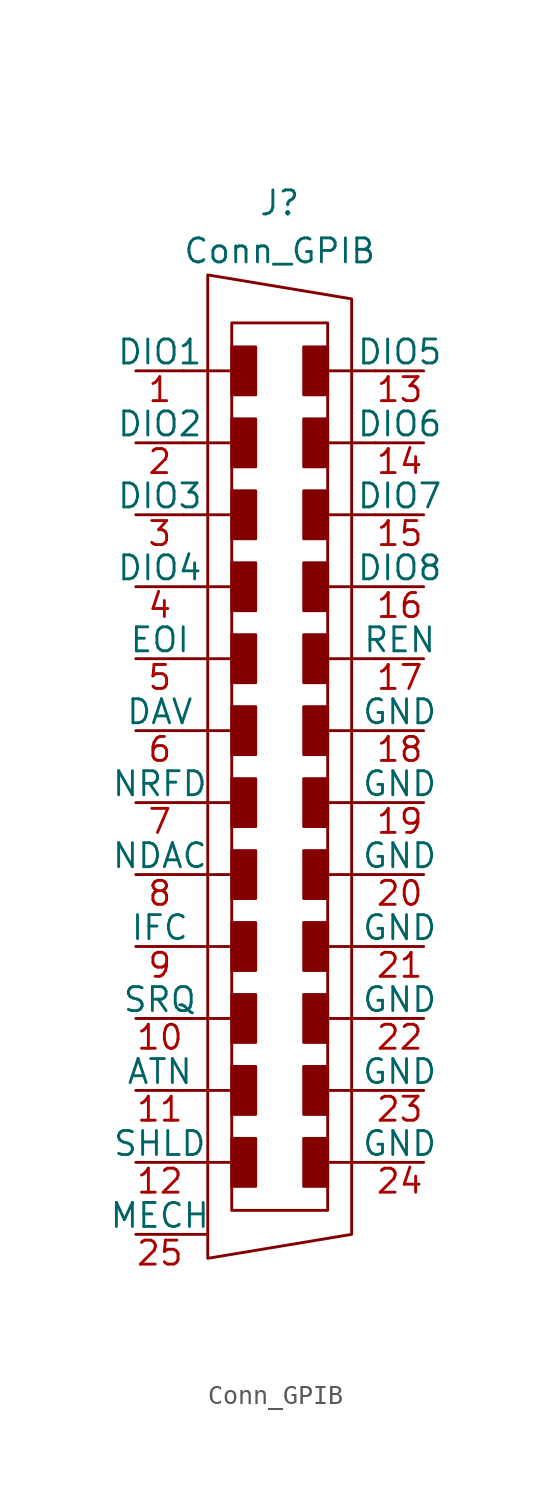
<source format=kicad_sym>
(kicad_symbol_lib
  (version 20211014)
  (generator kicad_symbol_editor)
  (symbol "Conn_GPIB"
    (pin_names
      (offset 0))
    (property "Reference" "J"
      (at 0 29.21 0)
      (effects (font (size 1.27 1.27))))
    (property "Value" "Conn_GPIB"
      (at 0 26.67 0)
      (effects (font (size 1.27 1.27))))
    (symbol "Conn_GPIB_0_0"
      (rectangle (start -2.54 -20.32) (end -1.27 -22.86) (stroke (width 0) (type default) (color 0 0 0 0)) (fill (type outline)))
      (rectangle (start -2.54 -16.51) (end -1.27 -19.05) (stroke (width 0) (type default) (color 0 0 0 0)) (fill (type outline)))
      (rectangle (start -2.54 -12.7) (end -1.27 -15.24) (stroke (width 0) (type default) (color 0 0 0 0)) (fill (type outline)))
      (rectangle (start -2.54 -8.89) (end -1.27 -11.43) (stroke (width 0) (type default) (color 0 0 0 0)) (fill (type outline)))
      (rectangle (start -2.54 -5.08) (end -1.27 -7.62) (stroke (width 0) (type default) (color 0 0 0 0)) (fill (type outline)))
      (rectangle (start -2.54 -1.27) (end -1.27 -3.81) (stroke (width 0) (type default) (color 0 0 0 0)) (fill (type outline)))
      (rectangle (start -2.54 2.54) (end -1.27 0) (stroke (width 0) (type default) (color 0 0 0 0)) (fill (type outline)))
      (rectangle (start -2.54 6.35) (end -1.27 3.81) (stroke (width 0) (type default) (color 0 0 0 0)) (fill (type outline)))
      (rectangle (start -2.54 10.16) (end -1.27 7.62) (stroke (width 0) (type default) (color 0 0 0 0)) (fill (type outline)))
      (rectangle (start -2.54 13.97) (end -1.27 11.43) (stroke (width 0) (type default) (color 0 0 0 0)) (fill (type outline)))
      (rectangle (start -2.54 17.78) (end -1.27 15.24) (stroke (width 0) (type default) (color 0 0 0 0)) (fill (type outline)))
      (rectangle (start -2.54 21.59) (end -1.27 19.05) (stroke (width 0) (type default) (color 0 0 0 0)) (fill (type outline)))
      (rectangle (start -2.54 22.86) (end 2.54 -24.13) (stroke (width 0) (type default) (color 0 0 0 0)) (fill (type none)))
      (polyline (pts (xy -5.08 -25.4) (xy -3.81 -25.4)) (stroke (width 0) (type default) (color 0 0 0 0)) (fill (type none)))
      (polyline (pts (xy -5.08 -21.59) (xy -2.54 -21.59)) (stroke (width 0) (type default) (color 0 0 0 0)) (fill (type none)))
      (polyline (pts (xy -5.08 -17.78) (xy -2.54 -17.78)) (stroke (width 0) (type default) (color 0 0 0 0)) (fill (type none)))
      (polyline (pts (xy -5.08 -13.97) (xy -2.54 -13.97)) (stroke (width 0) (type default) (color 0 0 0 0)) (fill (type none)))
      (polyline (pts (xy -5.08 -10.16) (xy -2.54 -10.16)) (stroke (width 0) (type default) (color 0 0 0 0)) (fill (type none)))
      (polyline (pts (xy -5.08 -6.35) (xy -2.54 -6.35)) (stroke (width 0) (type default) (color 0 0 0 0)) (fill (type none)))
      (polyline (pts (xy -5.08 -2.54) (xy -2.54 -2.54)) (stroke (width 0) (type default) (color 0 0 0 0)) (fill (type none)))
      (polyline (pts (xy -5.08 1.27) (xy -2.54 1.27)) (stroke (width 0) (type default) (color 0 0 0 0)) (fill (type none)))
      (polyline (pts (xy -5.08 5.08) (xy -2.54 5.08)) (stroke (width 0) (type default) (color 0 0 0 0)) (fill (type none)))
      (polyline (pts (xy -5.08 8.89) (xy -2.54 8.89)) (stroke (width 0) (type default) (color 0 0 0 0)) (fill (type none)))
      (polyline (pts (xy -5.08 12.7) (xy -2.54 12.7)) (stroke (width 0) (type default) (color 0 0 0 0)) (fill (type none)))
      (polyline (pts (xy -5.08 16.51) (xy -2.54 16.51)) (stroke (width 0) (type default) (color 0 0 0 0)) (fill (type none)))
      (polyline (pts (xy -5.08 20.32) (xy -2.54 20.32)) (stroke (width 0) (type default) (color 0 0 0 0)) (fill (type none)))
      (polyline (pts (xy 5.08 -21.59) (xy 2.54 -21.59)) (stroke (width 0) (type default) (color 0 0 0 0)) (fill (type none)))
      (polyline (pts (xy 5.08 -17.78) (xy 2.54 -17.78)) (stroke (width 0) (type default) (color 0 0 0 0)) (fill (type none)))
      (polyline (pts (xy 5.08 -13.97) (xy 2.54 -13.97)) (stroke (width 0) (type default) (color 0 0 0 0)) (fill (type none)))
      (polyline (pts (xy 5.08 -10.16) (xy 2.54 -10.16)) (stroke (width 0) (type default) (color 0 0 0 0)) (fill (type none)))
      (polyline (pts (xy 5.08 -6.35) (xy 2.54 -6.35)) (stroke (width 0) (type default) (color 0 0 0 0)) (fill (type none)))
      (polyline (pts (xy 5.08 -2.54) (xy 2.54 -2.54)) (stroke (width 0) (type default) (color 0 0 0 0)) (fill (type none)))
      (polyline (pts (xy 5.08 1.27) (xy 2.54 1.27)) (stroke (width 0) (type default) (color 0 0 0 0)) (fill (type none)))
      (polyline (pts (xy 5.08 5.08) (xy 2.54 5.08)) (stroke (width 0) (type default) (color 0 0 0 0)) (fill (type none)))
      (polyline (pts (xy 5.08 8.89) (xy 2.54 8.89)) (stroke (width 0) (type default) (color 0 0 0 0)) (fill (type none)))
      (polyline (pts (xy 5.08 12.7) (xy 2.54 12.7)) (stroke (width 0) (type default) (color 0 0 0 0)) (fill (type none)))
      (polyline (pts (xy 5.08 16.51) (xy 2.54 16.51)) (stroke (width 0) (type default) (color 0 0 0 0)) (fill (type none)))
      (polyline (pts (xy 5.08 20.32) (xy 2.54 20.32)) (stroke (width 0) (type default) (color 0 0 0 0)) (fill (type none)))
      (polyline (pts (xy -3.81 25.4) (xy -3.81 -26.67) (xy 3.81 -25.4) (xy 3.81 24.13) (xy -3.81 25.4)) (stroke (width 0) (type default) (color 0 0 0 0)) (fill (type none)))
      (rectangle (start 2.54 -22.86) (end 1.27 -20.32) (stroke (width 0) (type default) (color 0 0 0 0)) (fill (type outline)))
      (rectangle (start 2.54 -19.05) (end 1.27 -16.51) (stroke (width 0) (type default) (color 0 0 0 0)) (fill (type outline)))
      (rectangle (start 2.54 -15.24) (end 1.27 -12.7) (stroke (width 0) (type default) (color 0 0 0 0)) (fill (type outline)))
      (rectangle (start 2.54 -11.43) (end 1.27 -8.89) (stroke (width 0) (type default) (color 0 0 0 0)) (fill (type outline)))
      (rectangle (start 2.54 -7.62) (end 1.27 -5.08) (stroke (width 0) (type default) (color 0 0 0 0)) (fill (type outline)))
      (rectangle (start 2.54 -3.81) (end 1.27 -1.27) (stroke (width 0) (type default) (color 0 0 0 0)) (fill (type outline)))
      (rectangle (start 2.54 0) (end 1.27 2.54) (stroke (width 0) (type default) (color 0 0 0 0)) (fill (type outline)))
      (rectangle (start 2.54 3.81) (end 1.27 6.35) (stroke (width 0) (type default) (color 0 0 0 0)) (fill (type outline)))
      (rectangle (start 2.54 7.62) (end 1.27 10.16) (stroke (width 0) (type default) (color 0 0 0 0)) (fill (type outline)))
      (rectangle (start 2.54 11.43) (end 1.27 13.97) (stroke (width 0) (type default) (color 0 0 0 0)) (fill (type outline)))
      (rectangle (start 2.54 15.24) (end 1.27 17.78) (stroke (width 0) (type default) (color 0 0 0 0)) (fill (type outline)))
      (rectangle (start 2.54 19.05) (end 1.27 21.59) (stroke (width 0) (type default) (color 0 0 0 0)) (fill (type outline))))
    (symbol "Conn_GPIB_1_1"
      (pin passive line (at -7.62 20.32 0) (length 2.54) (name "DIO1" (effects (font (size 1.27 1.27)))) (number "1" (effects (font (size 1.27 1.27)))))
      (pin passive line (at -7.62 -13.97 0) (length 2.54) (name "SRQ" (effects (font (size 1.27 1.27)))) (number "10" (effects (font (size 1.27 1.27)))))
      (pin passive line (at -7.62 -17.78 0) (length 2.54) (name "ATN" (effects (font (size 1.27 1.27)))) (number "11" (effects (font (size 1.27 1.27)))))
      (pin passive line (at -7.62 -21.59 0) (length 2.54) (name "SHLD" (effects (font (size 1.27 1.27)))) (number "12" (effects (font (size 1.27 1.27)))))
      (pin passive line (at 7.62 20.32 180) (length 2.54) (name "DIO5" (effects (font (size 1.27 1.27)))) (number "13" (effects (font (size 1.27 1.27)))))
      (pin passive line (at 7.62 16.51 180) (length 2.54) (name "DIO6" (effects (font (size 1.27 1.27)))) (number "14" (effects (font (size 1.27 1.27)))))
      (pin passive line (at 7.62 12.7 180) (length 2.54) (name "DIO7" (effects (font (size 1.27 1.27)))) (number "15" (effects (font (size 1.27 1.27)))))
      (pin passive line (at 7.62 8.89 180) (length 2.54) (name "DIO8" (effects (font (size 1.27 1.27)))) (number "16" (effects (font (size 1.27 1.27)))))
      (pin passive line (at 7.62 5.08 180) (length 2.54) (name "REN" (effects (font (size 1.27 1.27)))) (number "17" (effects (font (size 1.27 1.27)))))
      (pin passive line (at 7.62 1.27 180) (length 2.54) (name "GND" (effects (font (size 1.27 1.27)))) (number "18" (effects (font (size 1.27 1.27)))))
      (pin passive line (at 7.62 -2.54 180) (length 2.54) (name "GND" (effects (font (size 1.27 1.27)))) (number "19" (effects (font (size 1.27 1.27)))))
      (pin passive line (at -7.62 16.51 0) (length 2.54) (name "DIO2" (effects (font (size 1.27 1.27)))) (number "2" (effects (font (size 1.27 1.27)))))
      (pin passive line (at 7.62 -6.35 180) (length 2.54) (name "GND" (effects (font (size 1.27 1.27)))) (number "20" (effects (font (size 1.27 1.27)))))
      (pin passive line (at 7.62 -10.16 180) (length 2.54) (name "GND" (effects (font (size 1.27 1.27)))) (number "21" (effects (font (size 1.27 1.27)))))
      (pin passive line (at 7.62 -13.97 180) (length 2.54) (name "GND" (effects (font (size 1.27 1.27)))) (number "22" (effects (font (size 1.27 1.27)))))
      (pin passive line (at 7.62 -17.78 180) (length 2.54) (name "GND" (effects (font (size 1.27 1.27)))) (number "23" (effects (font (size 1.27 1.27)))))
      (pin passive line (at 7.62 -21.59 180) (length 2.54) (name "GND" (effects (font (size 1.27 1.27)))) (number "24" (effects (font (size 1.27 1.27)))))
      (pin passive line (at -7.62 -25.4 0) (length 2.54) (name "MECH" (effects (font (size 1.27 1.27)))) (number "25" (effects (font (size 1.27 1.27)))))
      (pin passive line (at -7.62 12.7 0) (length 2.54) (name "DIO3" (effects (font (size 1.27 1.27)))) (number "3" (effects (font (size 1.27 1.27)))))
      (pin passive line (at -7.62 8.89 0) (length 2.54) (name "DIO4" (effects (font (size 1.27 1.27)))) (number "4" (effects (font (size 1.27 1.27)))))
      (pin passive line (at -7.62 5.08 0) (length 2.54) (name "EOI" (effects (font (size 1.27 1.27)))) (number "5" (effects (font (size 1.27 1.27)))))
      (pin passive line (at -7.62 1.27 0) (length 2.54) (name "DAV" (effects (font (size 1.27 1.27)))) (number "6" (effects (font (size 1.27 1.27)))))
      (pin passive line (at -7.62 -2.54 0) (length 2.54) (name "NRFD" (effects (font (size 1.27 1.27)))) (number "7" (effects (font (size 1.27 1.27)))))
      (pin passive line (at -7.62 -6.35 0) (length 2.54) (name "NDAC" (effects (font (size 1.27 1.27)))) (number "8" (effects (font (size 1.27 1.27)))))
      (pin passive line (at -7.62 -10.16 0) (length 2.54) (name "IFC" (effects (font (size 1.27 1.27)))) (number "9" (effects (font (size 1.27 1.27))))))))
</source>
